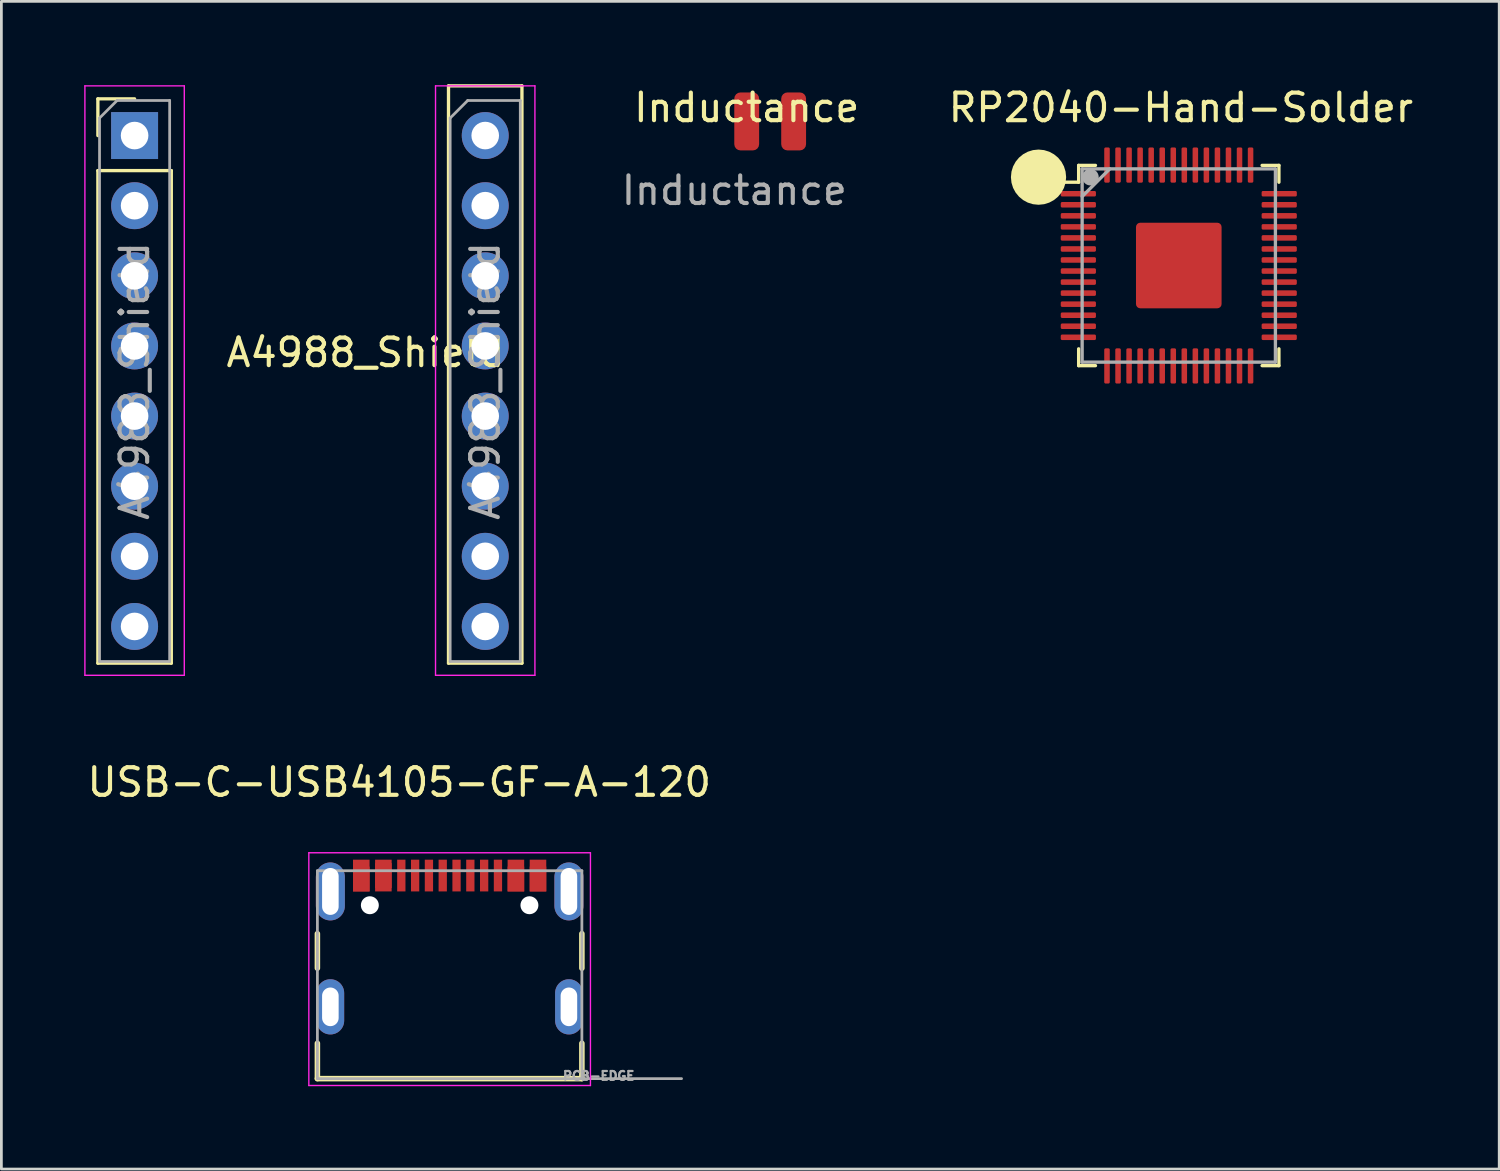
<source format=kicad_pcb>
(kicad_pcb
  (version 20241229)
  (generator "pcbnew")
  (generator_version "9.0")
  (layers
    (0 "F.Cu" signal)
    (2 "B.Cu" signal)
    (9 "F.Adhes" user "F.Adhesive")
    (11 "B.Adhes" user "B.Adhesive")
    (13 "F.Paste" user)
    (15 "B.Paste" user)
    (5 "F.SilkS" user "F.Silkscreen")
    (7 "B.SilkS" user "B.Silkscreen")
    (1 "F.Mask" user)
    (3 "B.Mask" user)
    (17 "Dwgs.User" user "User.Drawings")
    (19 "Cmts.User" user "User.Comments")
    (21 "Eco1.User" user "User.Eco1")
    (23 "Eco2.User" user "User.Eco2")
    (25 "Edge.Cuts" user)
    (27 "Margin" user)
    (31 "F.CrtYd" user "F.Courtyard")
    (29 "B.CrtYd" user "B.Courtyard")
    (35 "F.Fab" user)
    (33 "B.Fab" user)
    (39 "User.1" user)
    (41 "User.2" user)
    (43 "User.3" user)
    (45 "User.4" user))
  (footprint "Inductance"
    (layer "F.Cu")
    (at 23.546 1.348)
    (property "Reference" "Inductance" (at 0.45 -0.5 0) (unlocked yes) (layer "F.SilkS") (effects (font (size 1 1) (thickness 0.15))))
    (attr smd)
    (fp_text user "${REFERENCE}" (at 0 2.5 0) (unlocked yes) (layer "F.Fab") (effects (font (size 1 1) (thickness 0.15))))
    (pad "1" smd roundrect (at 0.45 0) (size 0.9 2.1) (layers "F.Cu" "F.Mask" "F.Paste") (roundrect_rratio 0.25))
    (pad "2" smd roundrect (at 2.15 0) (size 0.9 2.1) (layers "F.Cu" "F.Mask" "F.Paste") (roundrect_rratio 0.25)))
  (footprint "USB-C-USB4105-GF-A-120"
    (layer "F.Cu")
    (at 13.236 33.418)
    (property "Reference" "USB-C-USB4105-GF-A-120" (at -1.825 -8.135 0) (layer "F.SilkS") (effects (font (size 1 1) (thickness 0.15))))
    (attr through_hole)
    (fp_line (start -4.79 -2.65) (end -4.79 -1.4) (stroke (width 0.2) (type solid)) (layer "F.SilkS"))
    (fp_line (start -4.79 1.32) (end -4.79 2.6) (stroke (width 0.2) (type solid)) (layer "F.SilkS"))
    (fp_line (start -4.79 2.6) (end 4.79 2.6) (stroke (width 0.2) (type solid)) (layer "F.SilkS"))
    (fp_line (start 4.79 -2.65) (end 4.79 -1.4) (stroke (width 0.2) (type solid)) (layer "F.SilkS"))
    (fp_line (start 4.79 2.6) (end 4.79 1.32) (stroke (width 0.2) (type solid)) (layer "F.SilkS"))
    (fp_line (start -5.1 -5.58) (end -5.1 2.85) (stroke (width 0.05) (type solid)) (layer "F.CrtYd"))
    (fp_line (start -5.1 2.85) (end 5.1 2.85) (stroke (width 0.05) (type solid)) (layer "F.CrtYd"))
    (fp_line (start 5.1 -5.58) (end -5.1 -5.58) (stroke (width 0.05) (type solid)) (layer "F.CrtYd"))
    (fp_line (start 5.1 2.85) (end 5.1 -5.58) (stroke (width 0.05) (type solid)) (layer "F.CrtYd"))
    (fp_line (start -4.79 -4.93) (end 4.79 -4.93) (stroke (width 0.1) (type solid)) (layer "F.Fab"))
    (fp_line (start -4.79 2.6) (end -4.79 -4.93) (stroke (width 0.1) (type solid)) (layer "F.Fab"))
    (fp_line (start 4.79 -4.93) (end 4.79 2.6) (stroke (width 0.1) (type solid)) (layer "F.Fab"))
    (fp_line (start 4.79 2.6) (end -4.79 2.6) (stroke (width 0.1) (type solid)) (layer "F.Fab"))
    (fp_line (start 4.8 2.6) (end 8.4 2.6) (stroke (width 0.1) (type solid)) (layer "F.Fab"))
    (fp_text user "PCB-EDGE" (at 5.4 2.5 0) (layer "F.Fab") (effects (font (size 0.32 0.32) (thickness 0.15))))
    (pad "" np_thru_hole circle (at -2.89 -3.68) (size 0.65 0.65) (drill 0.65) (layers "*.Cu" "*.Mask"))
    (pad "" np_thru_hole circle (at 2.89 -3.68) (size 0.65 0.65) (drill 0.65) (layers "*.Cu" "*.Mask"))
    (pad "A1" smd rect (at -3.2 -4.755) (size 0.6 1.15) (layers "F.Cu" "F.Mask" "F.Paste"))
    (pad "A4" smd rect (at -2.4 -4.755) (size 0.6 1.15) (layers "F.Cu" "F.Mask" "F.Paste"))
    (pad "A5" smd rect (at -1.25 -4.755) (size 0.3 1.15) (layers "F.Cu" "F.Mask" "F.Paste"))
    (pad "A6" smd rect (at -0.25 -4.755) (size 0.3 1.15) (layers "F.Cu" "F.Mask" "F.Paste"))
    (pad "A7" smd rect (at 0.25 -4.755) (size 0.3 1.15) (layers "F.Cu" "F.Mask" "F.Paste"))
    (pad "A8" smd rect (at 1.25 -4.755) (size 0.3 1.15) (layers "F.Cu" "F.Mask" "F.Paste"))
    (pad "A9" smd rect (at 2.4 -4.63) (size 0.6 0.9) (layers "F.Cu" "F.Mask" "F.Paste"))
    (pad "A12" smd rect (at 3.2 -4.63) (size 0.6 0.9) (layers "F.Cu" "F.Mask" "F.Paste"))
    (pad "B1" smd rect (at 3.2 -4.755) (size 0.6 1.15) (layers "F.Cu" "F.Mask" "F.Paste"))
    (pad "B4" smd rect (at 2.4 -4.755) (size 0.6 1.15) (layers "F.Cu" "F.Mask" "F.Paste"))
    (pad "B5" smd rect (at 1.75 -4.755) (size 0.3 1.15) (layers "F.Cu" "F.Mask" "F.Paste"))
    (pad "B6" smd rect (at 0.75 -4.755) (size 0.3 1.15) (layers "F.Cu" "F.Mask" "F.Paste"))
    (pad "B7" smd rect (at -0.75 -4.755) (size 0.3 1.15) (layers "F.Cu" "F.Mask" "F.Paste"))
    (pad "B8" smd rect (at -1.75 -4.755) (size 0.3 1.15) (layers "F.Cu" "F.Mask" "F.Paste"))
    (pad "B9" smd rect (at -2.4 -4.755) (size 0.6 0.9) (layers "F.Cu" "F.Mask" "F.Paste"))
    (pad "B12" smd rect (at -3.2 -4.63) (size 0.6 0.9) (layers "F.Cu" "F.Mask" "F.Paste"))
    (pad "S1" thru_hole oval (at -4.32 -4.18) (size 1.05 2.1) (drill oval 0.6 1.7) (layers "*.Cu" "*.Mask"))
    (pad "S2" thru_hole oval (at -4.32 0) (size 1 2) (drill oval 0.6 1.4) (layers "*.Cu" "*.Mask"))
    (pad "S3" thru_hole oval (at 4.32 0) (size 1 2) (drill oval 0.6 1.4) (layers "*.Cu" "*.Mask"))
    (pad "S4" thru_hole oval (at 4.32 -4.18) (size 1.05 2.1) (drill oval 0.6 1.7) (layers "*.Cu" "*.Mask")))
  (footprint "A4988_Shield"
    (layer "F.Cu")
    (at 7.645 10.22)
    (property "Reference" "A4988_Shield" (at 2.54 -0.5 0) (unlocked yes) (layer "F.SilkS") (effects (font (size 1 1) (thickness 0.15))))
    (attr smd)
    (fp_line (start -7.15 -9.69) (end -5.82 -9.69) (stroke (width 0.12) (type solid)) (layer "F.SilkS"))
    (fp_line (start -7.15 -8.36) (end -7.15 -9.69) (stroke (width 0.12) (type solid)) (layer "F.SilkS"))
    (fp_line (start -7.15 -7.09) (end -7.15 10.75) (stroke (width 0.12) (type solid)) (layer "F.SilkS"))
    (fp_line (start -7.15 -7.09) (end -4.49 -7.09) (stroke (width 0.12) (type solid)) (layer "F.SilkS"))
    (fp_line (start -7.15 10.75) (end -4.49 10.75) (stroke (width 0.12) (type solid)) (layer "F.SilkS"))
    (fp_line (start -4.49 -7.09) (end -4.49 10.75) (stroke (width 0.12) (type solid)) (layer "F.SilkS"))
    (fp_line (start 5.55 -10.16) (end 5.55 10.75) (stroke (width 0.12) (type solid)) (layer "F.SilkS"))
    (fp_line (start 5.55 -10.16) (end 8.21 -10.16) (stroke (width 0.12) (type solid)) (layer "F.SilkS"))
    (fp_line (start 5.55 10.75) (end 8.21 10.75) (stroke (width 0.12) (type solid)) (layer "F.SilkS"))
    (fp_line (start 8.21 -10.16) (end 8.21 10.75) (stroke (width 0.12) (type solid)) (layer "F.SilkS"))
    (fp_line (start -7.62 -10.16) (end -7.62 11.19) (stroke (width 0.05) (type solid)) (layer "F.CrtYd"))
    (fp_line (start -7.62 11.19) (end -4.02 11.19) (stroke (width 0.05) (type solid)) (layer "F.CrtYd"))
    (fp_line (start -4.02 -10.16) (end -7.62 -10.16) (stroke (width 0.05) (type solid)) (layer "F.CrtYd"))
    (fp_line (start -4.02 11.19) (end -4.02 -10.16) (stroke (width 0.05) (type solid)) (layer "F.CrtYd"))
    (fp_line (start 5.08 -10.16) (end 5.08 11.19) (stroke (width 0.05) (type solid)) (layer "F.CrtYd"))
    (fp_line (start 5.08 11.19) (end 8.68 11.19) (stroke (width 0.05) (type solid)) (layer "F.CrtYd"))
    (fp_line (start 8.68 -10.16) (end 5.08 -10.16) (stroke (width 0.05) (type solid)) (layer "F.CrtYd"))
    (fp_line (start 8.68 11.19) (end 8.68 -10.16) (stroke (width 0.05) (type solid)) (layer "F.CrtYd"))
    (fp_line (start -7.09 -8.995) (end -6.455 -9.63) (stroke (width 0.1) (type solid)) (layer "F.Fab"))
    (fp_line (start -7.09 10.69) (end -7.09 -8.995) (stroke (width 0.1) (type solid)) (layer "F.Fab"))
    (fp_line (start -6.455 -9.63) (end -4.55 -9.63) (stroke (width 0.1) (type solid)) (layer "F.Fab"))
    (fp_line (start -4.55 -9.63) (end -4.55 10.69) (stroke (width 0.1) (type solid)) (layer "F.Fab"))
    (fp_line (start -4.55 10.69) (end -7.09 10.69) (stroke (width 0.1) (type solid)) (layer "F.Fab"))
    (fp_line (start 5.61 -8.995) (end 6.245 -9.63) (stroke (width 0.1) (type solid)) (layer "F.Fab"))
    (fp_line (start 5.61 10.69) (end 5.61 -8.995) (stroke (width 0.1) (type solid)) (layer "F.Fab"))
    (fp_line (start 6.245 -9.63) (end 8.15 -9.63) (stroke (width 0.1) (type solid)) (layer "F.Fab"))
    (fp_line (start 8.15 -9.63) (end 8.15 10.69) (stroke (width 0.1) (type solid)) (layer "F.Fab"))
    (fp_line (start 8.15 10.69) (end 5.61 10.69) (stroke (width 0.1) (type solid)) (layer "F.Fab"))
    (fp_text user "${REFERENCE}" (at 6.88 0.53 90) (layer "F.Fab") (effects (font (size 1 1) (thickness 0.15))))
    (fp_text user "${REFERENCE}" (at -5.82 0.53 90) (layer "F.Fab") (effects (font (size 1 1) (thickness 0.15))))
    (pad "1" thru_hole rect (at -5.82 -8.36) (size 1.7 1.7) (drill 1) (layers "*.Cu" "*.Mask"))
    (pad "2" thru_hole oval (at -5.82 -5.82) (size 1.7 1.7) (drill 1) (layers "*.Cu" "*.Mask"))
    (pad "3" thru_hole oval (at -5.82 -3.28) (size 1.7 1.7) (drill 1) (layers "*.Cu" "*.Mask"))
    (pad "4" thru_hole oval (at -5.82 -0.74) (size 1.7 1.7) (drill 1) (layers "*.Cu" "*.Mask"))
    (pad "5" thru_hole oval (at -5.82 1.8) (size 1.7 1.7) (drill 1) (layers "*.Cu" "*.Mask"))
    (pad "6" thru_hole oval (at -5.82 4.34) (size 1.7 1.7) (drill 1) (layers "*.Cu" "*.Mask"))
    (pad "7" thru_hole oval (at -5.82 6.88) (size 1.7 1.7) (drill 1) (layers "*.Cu" "*.Mask"))
    (pad "8" thru_hole oval (at -5.82 9.42) (size 1.7 1.7) (drill 1) (layers "*.Cu" "*.Mask"))
    (pad "9" thru_hole oval (at 6.88 9.42) (size 1.7 1.7) (drill 1) (layers "*.Cu" "*.Mask"))
    (pad "10" thru_hole oval (at 6.88 6.88) (size 1.7 1.7) (drill 1) (layers "*.Cu" "*.Mask"))
    (pad "11" thru_hole oval (at 6.88 4.34) (size 1.7 1.7) (drill 1) (layers "*.Cu" "*.Mask"))
    (pad "12" thru_hole oval (at 6.88 1.8) (size 1.7 1.7) (drill 1) (layers "*.Cu" "*.Mask"))
    (pad "13" thru_hole oval (at 6.88 -0.74) (size 1.7 1.7) (drill 1) (layers "*.Cu" "*.Mask"))
    (pad "14" thru_hole oval (at 6.88 -3.28) (size 1.7 1.7) (drill 1) (layers "*.Cu" "*.Mask"))
    (pad "15" thru_hole oval (at 6.88 -5.82) (size 1.7 1.7) (drill 1) (layers "*.Cu" "*.Mask"))
    (pad "16" thru_hole oval (at 6.88 -8.36) (size 1.7 1.7) (drill 1) (layers "*.Cu" "*.Mask")))
  (footprint "RP2040-Hand-Solder"
    (layer "F.Cu")
    (at 39.646 6.567)
    (property "Reference" "RP2040-Hand-Solder" (at 0.076 -5.718 0) (layer "F.SilkS") (effects (font (size 1 1) (thickness 0.15))))
    (attr through_hole)
    (fp_line (start -3.627 -3.627) (end -3.627 -3.017) (stroke (width 0.12) (type solid)) (layer "F.SilkS"))
    (fp_line (start -3.627 -3.017) (end -4.237 -3.017) (stroke (width 0.12) (type solid)) (layer "F.SilkS"))
    (fp_line (start -3.627 3.017) (end -3.627 3.627) (stroke (width 0.12) (type solid)) (layer "F.SilkS"))
    (fp_line (start -3.627 3.627) (end -3.017 3.627) (stroke (width 0.12) (type solid)) (layer "F.SilkS"))
    (fp_line (start -3.017 -3.627) (end -3.627 -3.627) (stroke (width 0.12) (type solid)) (layer "F.SilkS"))
    (fp_line (start 3.017 3.627) (end 3.627 3.627) (stroke (width 0.12) (type solid)) (layer "F.SilkS"))
    (fp_line (start 3.627 -3.627) (end 3.017 -3.627) (stroke (width 0.12) (type solid)) (layer "F.SilkS"))
    (fp_line (start 3.627 -3.017) (end 3.627 -3.627) (stroke (width 0.12) (type solid)) (layer "F.SilkS"))
    (fp_line (start 3.627 3.627) (end 3.627 3.017) (stroke (width 0.12) (type solid)) (layer "F.SilkS"))
    (fp_circle (center -5.08 -3.2) (end -5.08 -3.2) (stroke (width 1) (type solid)) (fill no) (layer "F.SilkS"))
    (fp_rect (start -1.475 -1.5) (end -0.102 -0.102) (stroke (width 0) (type solid)) (fill yes) (layer "F.Paste"))
    (fp_rect (start -1.475 0.075) (end -0.102 1.473) (stroke (width 0) (type solid)) (fill yes) (layer "F.Paste"))
    (fp_rect (start 0.102 -1.5) (end 1.475 -0.102) (stroke (width 0) (type solid)) (fill yes) (layer "F.Paste"))
    (fp_rect (start 0.102 0.076) (end 1.475 1.475) (stroke (width 0) (type solid)) (fill yes) (layer "F.Paste"))
    (fp_line (start -3.5 -3.5) (end -3.5 3.5) (stroke (width 0.12) (type solid)) (layer "F.Fab"))
    (fp_line (start -3.5 3.5) (end 3.5 3.5) (stroke (width 0.12) (type solid)) (layer "F.Fab"))
    (fp_line (start -2.5 -3.5) (end -3.5 -2.5) (stroke (width 0.12) (type solid)) (layer "F.Fab"))
    (fp_line (start 3.5 -3.5) (end -3.5 -3.5) (stroke (width 0.12) (type solid)) (layer "F.Fab"))
    (fp_line (start 3.5 3.5) (end 3.5 -3.5) (stroke (width 0.12) (type solid)) (layer "F.Fab"))
    (fp_circle (center -3.2 -3.2) (end -3.2 -3.2) (stroke (width 0.3) (type solid)) (fill no) (layer "F.Fab"))
    (pad "1" smd roundrect (at -3.638 -2.6) (size 1.275 0.2) (layers "F.Cu" "F.Mask" "F.Paste") (roundrect_rratio 0.25))
    (pad "2" smd roundrect (at -3.638 -2.2) (size 1.275 0.2) (layers "F.Cu" "F.Mask" "F.Paste") (roundrect_rratio 0.25))
    (pad "3" smd roundrect (at -3.638 -1.8) (size 1.275 0.2) (layers "F.Cu" "F.Mask" "F.Paste") (roundrect_rratio 0.25))
    (pad "4" smd roundrect (at -3.638 -1.4) (size 1.275 0.2) (layers "F.Cu" "F.Mask" "F.Paste") (roundrect_rratio 0.25))
    (pad "5" smd roundrect (at -3.638 -1) (size 1.275 0.2) (layers "F.Cu" "F.Mask" "F.Paste") (roundrect_rratio 0.25))
    (pad "6" smd roundrect (at -3.638 -0.6) (size 1.275 0.2) (layers "F.Cu" "F.Mask" "F.Paste") (roundrect_rratio 0.25))
    (pad "7" smd roundrect (at -3.638 -0.2) (size 1.275 0.2) (layers "F.Cu" "F.Mask" "F.Paste") (roundrect_rratio 0.25))
    (pad "8" smd roundrect (at -3.638 0.2) (size 1.275 0.2) (layers "F.Cu" "F.Mask" "F.Paste") (roundrect_rratio 0.25))
    (pad "9" smd roundrect (at -3.638 0.6) (size 1.275 0.2) (layers "F.Cu" "F.Mask" "F.Paste") (roundrect_rratio 0.25))
    (pad "10" smd roundrect (at -3.638 1) (size 1.275 0.2) (layers "F.Cu" "F.Mask" "F.Paste") (roundrect_rratio 0.25))
    (pad "11" smd roundrect (at -3.638 1.4) (size 1.275 0.2) (layers "F.Cu" "F.Mask" "F.Paste") (roundrect_rratio 0.25))
    (pad "12" smd roundrect (at -3.638 1.8) (size 1.275 0.2) (layers "F.Cu" "F.Mask" "F.Paste") (roundrect_rratio 0.25))
    (pad "13" smd roundrect (at -3.638 2.2) (size 1.275 0.2) (layers "F.Cu" "F.Mask" "F.Paste") (roundrect_rratio 0.25))
    (pad "14" smd roundrect (at -3.638 2.6) (size 1.275 0.2) (layers "F.Cu" "F.Mask" "F.Paste") (roundrect_rratio 0.25))
    (pad "15" smd roundrect (at -2.6 3.638 90) (size 1.275 0.2) (layers "F.Cu" "F.Mask" "F.Paste") (roundrect_rratio 0.25))
    (pad "16" smd roundrect (at -2.2 3.638 90) (size 1.275 0.2) (layers "F.Cu" "F.Mask" "F.Paste") (roundrect_rratio 0.25))
    (pad "17" smd roundrect (at -1.8 3.638 90) (size 1.275 0.2) (layers "F.Cu" "F.Mask" "F.Paste") (roundrect_rratio 0.25))
    (pad "18" smd roundrect (at -1.4 3.638 90) (size 1.275 0.2) (layers "F.Cu" "F.Mask" "F.Paste") (roundrect_rratio 0.25))
    (pad "19" smd roundrect (at -1 3.638 90) (size 1.275 0.2) (layers "F.Cu" "F.Mask" "F.Paste") (roundrect_rratio 0.25))
    (pad "20" smd roundrect (at -0.6 3.638 90) (size 1.275 0.2) (layers "F.Cu" "F.Mask" "F.Paste") (roundrect_rratio 0.25))
    (pad "21" smd roundrect (at -0.2 3.638 90) (size 1.275 0.2) (layers "F.Cu" "F.Mask" "F.Paste") (roundrect_rratio 0.25))
    (pad "22" smd roundrect (at 0.2 3.638 90) (size 1.275 0.2) (layers "F.Cu" "F.Mask" "F.Paste") (roundrect_rratio 0.25))
    (pad "23" smd roundrect (at 0.6 3.638 90) (size 1.275 0.2) (layers "F.Cu" "F.Mask" "F.Paste") (roundrect_rratio 0.25))
    (pad "24" smd roundrect (at 1 3.638 90) (size 1.275 0.2) (layers "F.Cu" "F.Mask" "F.Paste") (roundrect_rratio 0.25))
    (pad "25" smd roundrect (at 1.4 3.638 90) (size 1.275 0.2) (layers "F.Cu" "F.Mask" "F.Paste") (roundrect_rratio 0.25))
    (pad "26" smd roundrect (at 1.8 3.638 90) (size 1.275 0.2) (layers "F.Cu" "F.Mask" "F.Paste") (roundrect_rratio 0.25))
    (pad "27" smd roundrect (at 2.2 3.638 90) (size 1.275 0.2) (layers "F.Cu" "F.Mask" "F.Paste") (roundrect_rratio 0.25))
    (pad "28" smd roundrect (at 2.6 3.638 90) (size 1.275 0.2) (layers "F.Cu" "F.Mask" "F.Paste") (roundrect_rratio 0.25))
    (pad "29" smd roundrect (at 3.638 2.6 180) (size 1.275 0.2) (layers "F.Cu" "F.Mask" "F.Paste") (roundrect_rratio 0.25))
    (pad "30" smd roundrect (at 3.638 2.2 180) (size 1.275 0.2) (layers "F.Cu" "F.Mask" "F.Paste") (roundrect_rratio 0.25))
    (pad "31" smd roundrect (at 3.638 1.8 180) (size 1.275 0.2) (layers "F.Cu" "F.Mask" "F.Paste") (roundrect_rratio 0.25))
    (pad "32" smd roundrect (at 3.638 1.4 180) (size 1.275 0.2) (layers "F.Cu" "F.Mask" "F.Paste") (roundrect_rratio 0.25))
    (pad "33" smd roundrect (at 3.638 1 180) (size 1.275 0.2) (layers "F.Cu" "F.Mask" "F.Paste") (roundrect_rratio 0.25))
    (pad "34" smd roundrect (at 3.638 0.6 180) (size 1.275 0.2) (layers "F.Cu" "F.Mask" "F.Paste") (roundrect_rratio 0.25))
    (pad "35" smd roundrect (at 3.638 0.2 180) (size 1.275 0.2) (layers "F.Cu" "F.Mask" "F.Paste") (roundrect_rratio 0.25))
    (pad "36" smd roundrect (at 3.638 -0.2 180) (size 1.275 0.2) (layers "F.Cu" "F.Mask" "F.Paste") (roundrect_rratio 0.25))
    (pad "37" smd roundrect (at 3.638 -0.6 180) (size 1.275 0.2) (layers "F.Cu" "F.Mask" "F.Paste") (roundrect_rratio 0.25))
    (pad "38" smd roundrect (at 3.638 -1 180) (size 1.275 0.2) (layers "F.Cu" "F.Mask" "F.Paste") (roundrect_rratio 0.25))
    (pad "39" smd roundrect (at 3.638 -1.4 180) (size 1.275 0.2) (layers "F.Cu" "F.Mask" "F.Paste") (roundrect_rratio 0.25))
    (pad "40" smd roundrect (at 3.638 -1.8 180) (size 1.275 0.2) (layers "F.Cu" "F.Mask" "F.Paste") (roundrect_rratio 0.25))
    (pad "41" smd roundrect (at 3.638 -2.2 180) (size 1.275 0.2) (layers "F.Cu" "F.Mask" "F.Paste") (roundrect_rratio 0.25))
    (pad "42" smd roundrect (at 3.638 -2.6 180) (size 1.275 0.2) (layers "F.Cu" "F.Mask" "F.Paste") (roundrect_rratio 0.25))
    (pad "43" smd roundrect (at 2.6 -3.638 270) (size 1.275 0.2) (layers "F.Cu" "F.Mask" "F.Paste") (roundrect_rratio 0.25))
    (pad "44" smd roundrect (at 2.2 -3.638 270) (size 1.275 0.2) (layers "F.Cu" "F.Mask" "F.Paste") (roundrect_rratio 0.25))
    (pad "45" smd roundrect (at 1.8 -3.638 270) (size 1.275 0.2) (layers "F.Cu" "F.Mask" "F.Paste") (roundrect_rratio 0.25))
    (pad "46" smd roundrect (at 1.4 -3.638 270) (size 1.275 0.2) (layers "F.Cu" "F.Mask" "F.Paste") (roundrect_rratio 0.25))
    (pad "47" smd roundrect (at 1 -3.638 270) (size 1.275 0.2) (layers "F.Cu" "F.Mask" "F.Paste") (roundrect_rratio 0.25))
    (pad "48" smd roundrect (at 0.6 -3.638 270) (size 1.275 0.2) (layers "F.Cu" "F.Mask" "F.Paste") (roundrect_rratio 0.25))
    (pad "49" smd roundrect (at 0.2 -3.638 270) (size 1.275 0.2) (layers "F.Cu" "F.Mask" "F.Paste") (roundrect_rratio 0.25))
    (pad "50" smd roundrect (at -0.2 -3.638 270) (size 1.275 0.2) (layers "F.Cu" "F.Mask" "F.Paste") (roundrect_rratio 0.25))
    (pad "51" smd roundrect (at -0.6 -3.638 270) (size 1.275 0.2) (layers "F.Cu" "F.Mask" "F.Paste") (roundrect_rratio 0.25))
    (pad "52" smd roundrect (at -1 -3.638 270) (size 1.275 0.2) (layers "F.Cu" "F.Mask" "F.Paste") (roundrect_rratio 0.25))
    (pad "53" smd roundrect (at -1.4 -3.638 270) (size 1.275 0.2) (layers "F.Cu" "F.Mask" "F.Paste") (roundrect_rratio 0.25))
    (pad "54" smd roundrect (at -1.8 -3.638 270) (size 1.275 0.2) (layers "F.Cu" "F.Mask" "F.Paste") (roundrect_rratio 0.25))
    (pad "55" smd roundrect (at -2.2 -3.638 270) (size 1.275 0.2) (layers "F.Cu" "F.Mask" "F.Paste") (roundrect_rratio 0.25))
    (pad "56" smd roundrect (at -2.6 -3.638 270) (size 1.275 0.2) (layers "F.Cu" "F.Mask" "F.Paste") (roundrect_rratio 0.25))
    (pad "57" smd roundrect (at 0 0) (size 3.1 3.1) (layers "F.Cu" "F.Mask") (roundrect_rratio 0.05)))
  (gr_rect
    (start -3 -3)
    (end 51.252 39.293)
    (stroke (width 0.1) (type default))
    (fill no)
    (layer "Edge.Cuts")))
</source>
